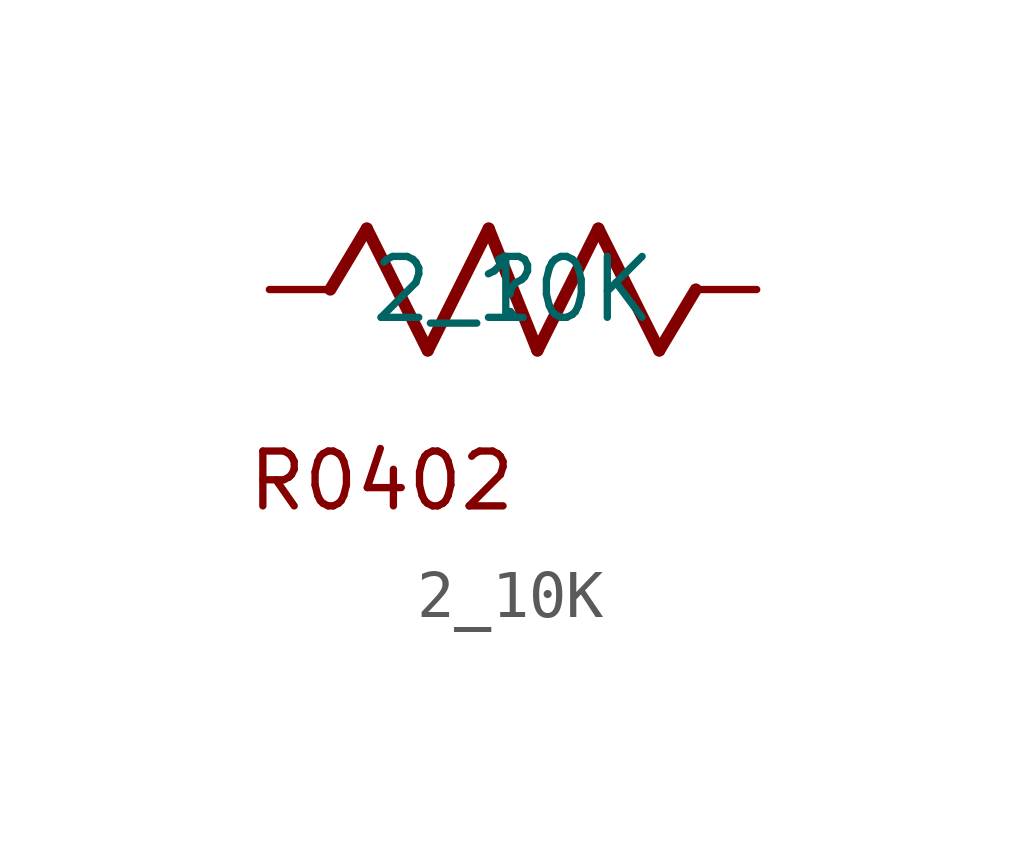
<source format=kicad_sym>
(kicad_symbol_lib
  (version 20211014)
  (generator kicad_symbol_editor)
  (symbol "2_10K"
    (property "Reference" ""
      (at 0 0 0)
      (effects (font (size 1.27 1.27))))
    (property "Value" "2_10K"
      (at 0 0 0)
      (effects (font (size 1.27 1.27))))
    (symbol "2_10K_1_0"
      (polyline (pts (xy -3.81 0) (xy -3.048 1.27)) (stroke (width 0.254) (type default) (color 0 0 0 0)) (fill (type none)))
      (polyline (pts (xy -3.048 1.27) (xy -1.778 -1.27)) (stroke (width 0.254) (type default) (color 0 0 0 0)) (fill (type none)))
      (polyline (pts (xy -1.778 -1.27) (xy -0.508 1.27)) (stroke (width 0.254) (type default) (color 0 0 0 0)) (fill (type none)))
      (polyline (pts (xy -0.508 1.27) (xy 0.508 -1.27)) (stroke (width 0.254) (type default) (color 0 0 0 0)) (fill (type none)))
      (polyline (pts (xy 0.508 -1.27) (xy 1.778 1.27)) (stroke (width 0.254) (type default) (color 0 0 0 0)) (fill (type none)))
      (polyline (pts (xy 1.778 1.27) (xy 3.048 -1.27)) (stroke (width 0.254) (type default) (color 0 0 0 0)) (fill (type none)))
      (polyline (pts (xy 3.048 -1.27) (xy 3.81 0)) (stroke (width 0.254) (type default) (color 0 0 0 0)) (fill (type none)))
      (text "R0402" (at -5.588 -4.658 0) (effects (font (size 1.143 1.143)) (justify left bottom)))
      (pin passive line (at 5.08 0 180) (length 1.27) (name "1" (effects (font (size 0 0)))) (number "1" (effects (font (size 0 0)))))
      (pin passive line (at -5.08 0 0) (length 1.27) (name "2" (effects (font (size 0 0)))) (number "2" (effects (font (size 0 0))))))))
</source>
